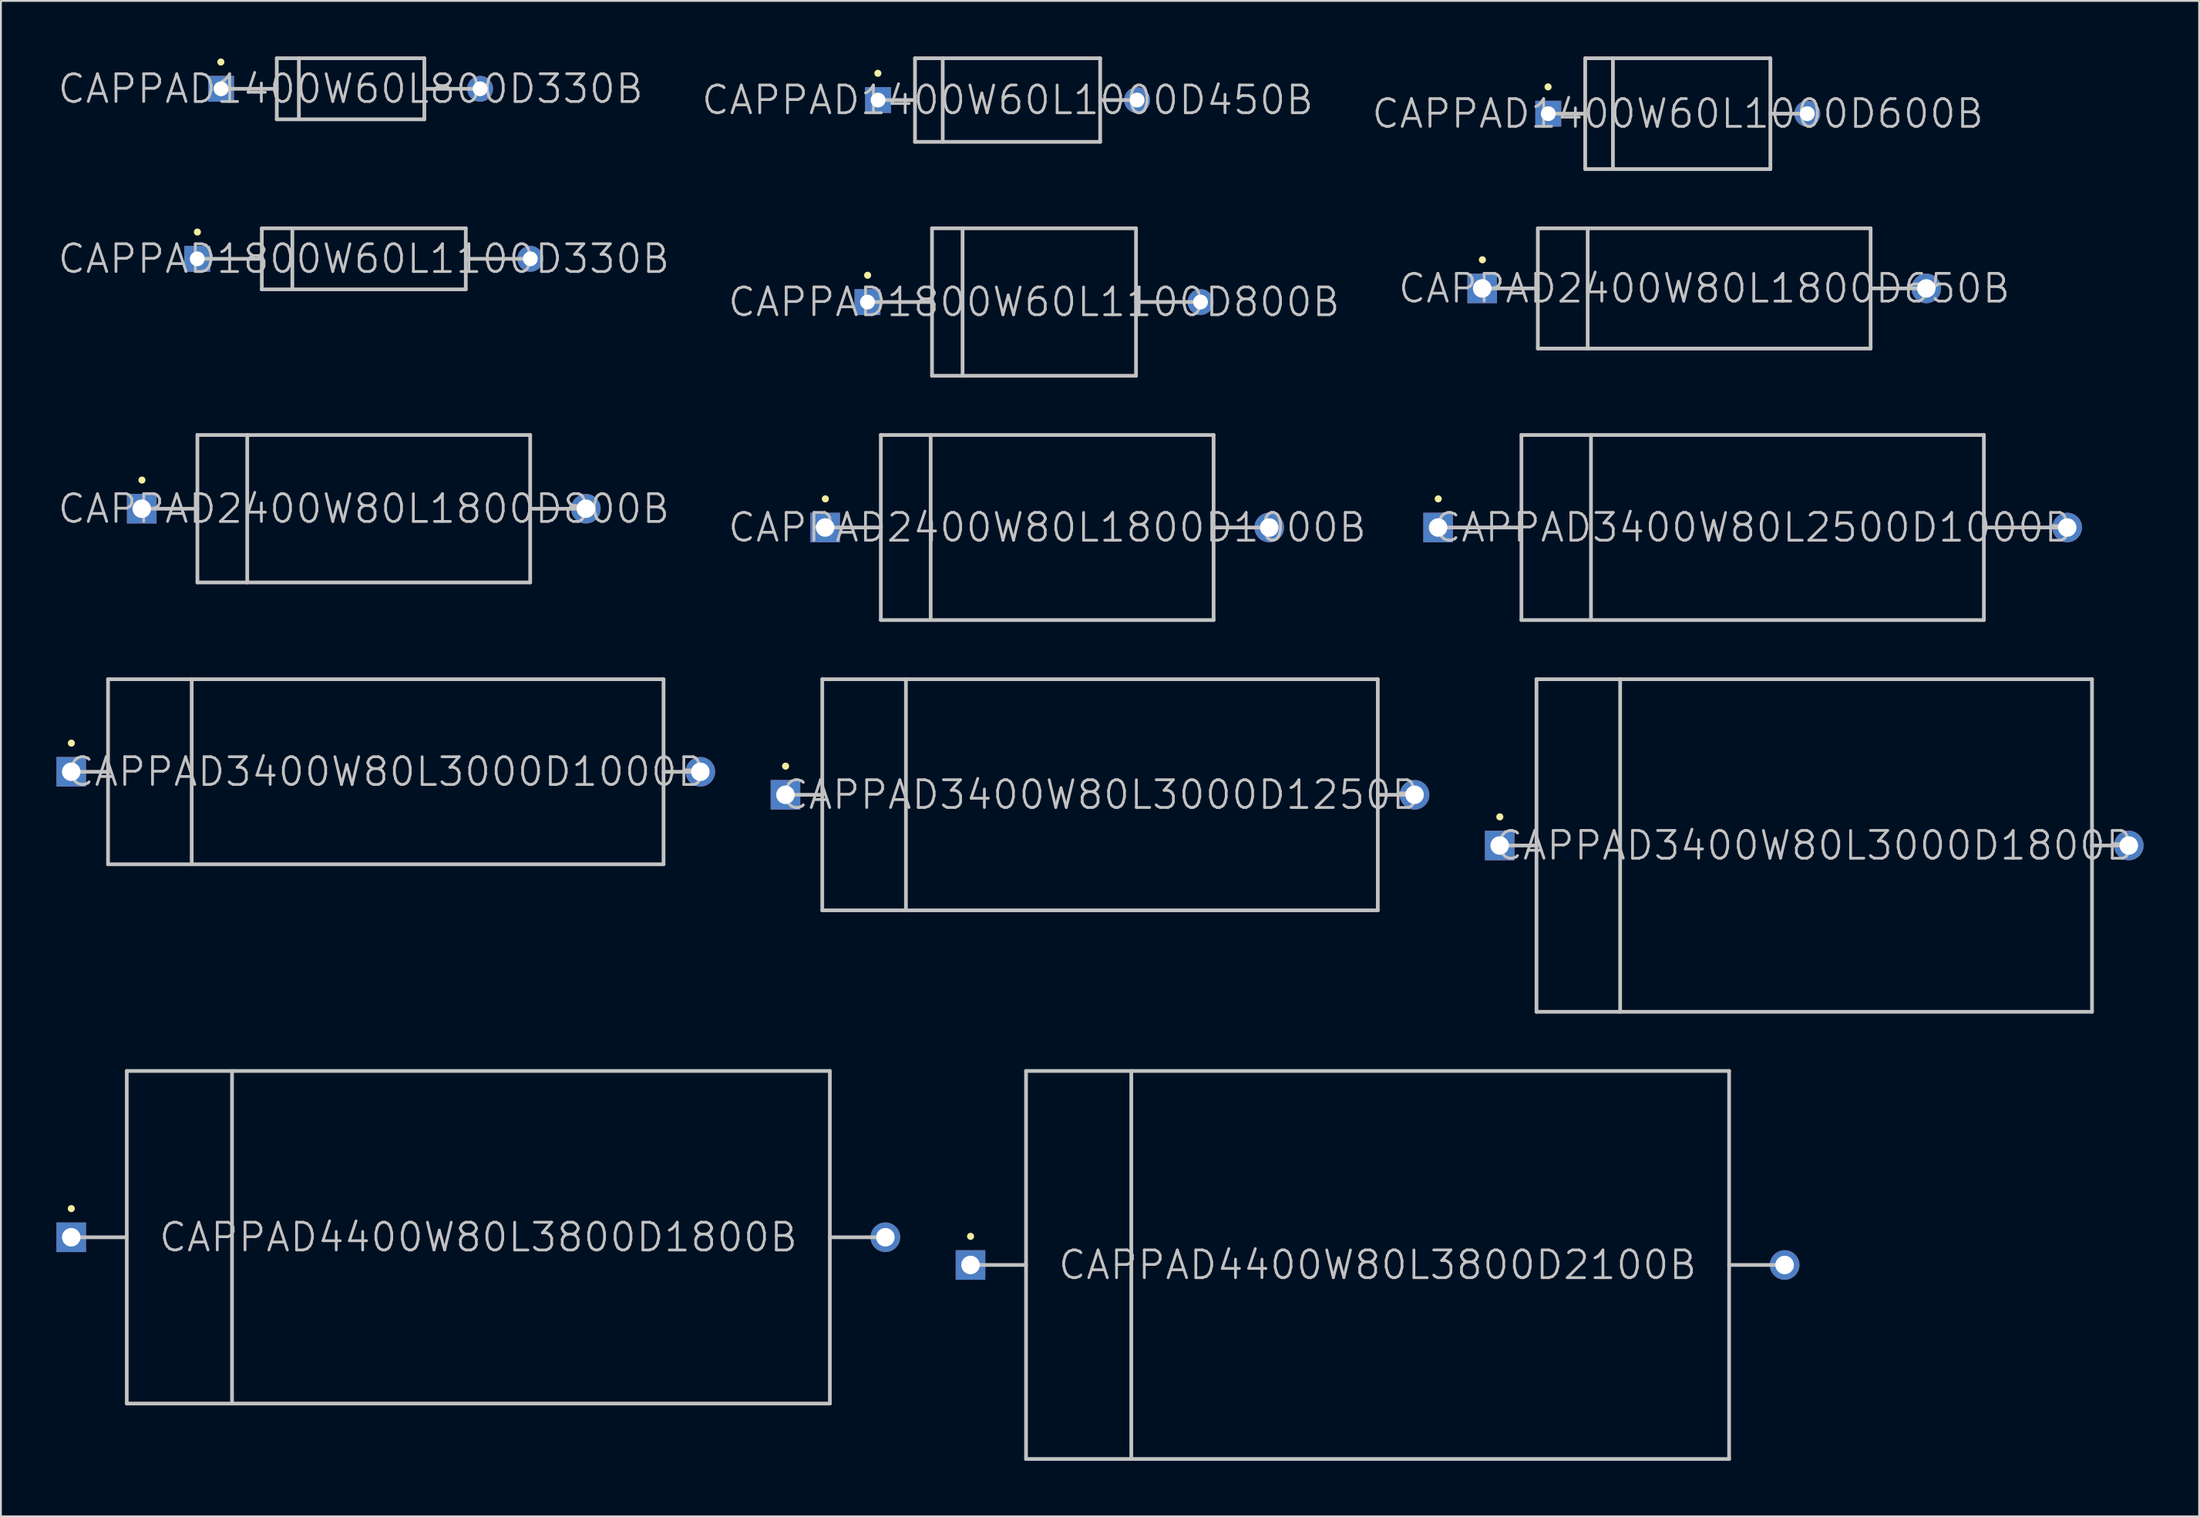
<source format=kicad_pcb>
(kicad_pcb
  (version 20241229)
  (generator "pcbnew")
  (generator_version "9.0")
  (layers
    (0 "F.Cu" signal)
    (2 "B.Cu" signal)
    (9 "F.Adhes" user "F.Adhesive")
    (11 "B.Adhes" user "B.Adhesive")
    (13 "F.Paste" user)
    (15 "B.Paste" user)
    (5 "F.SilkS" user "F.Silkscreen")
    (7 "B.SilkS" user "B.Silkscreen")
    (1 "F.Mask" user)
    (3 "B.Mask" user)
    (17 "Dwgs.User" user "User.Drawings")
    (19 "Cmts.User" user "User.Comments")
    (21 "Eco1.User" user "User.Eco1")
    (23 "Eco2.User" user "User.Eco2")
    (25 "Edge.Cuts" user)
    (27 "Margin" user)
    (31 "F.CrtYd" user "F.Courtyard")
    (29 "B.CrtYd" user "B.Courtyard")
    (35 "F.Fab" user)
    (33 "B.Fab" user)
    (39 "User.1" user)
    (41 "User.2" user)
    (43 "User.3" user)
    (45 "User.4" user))
  (footprint "CAPPAD2400W80L1800D650B"
    (layer "F.Cu")
    (at 89.054 12.546)
    (property "Reference" "CAPPAD2400W80L1800D650B" (at 0 0 0) (layer "Dwgs.User") (effects (font (size 1.5 1.5) (thickness 0.15))))
    (attr through_hole)
    (fp_line (start -11.989 -1.549) (end -11.989 -1.549) (stroke (width 0.381) (type solid)) (layer "F.SilkS"))
    (fp_line (start -11.989 0) (end -8.992 0) (stroke (width 0.2) (type solid)) (layer "Dwgs.User"))
    (fp_line (start -8.992 -3.251) (end -8.992 3.251) (stroke (width 0.2) (type solid)) (layer "Dwgs.User"))
    (fp_line (start -8.992 -3.251) (end 8.992 -3.251) (stroke (width 0.2) (type solid)) (layer "Dwgs.User"))
    (fp_line (start -8.992 3.251) (end 8.992 3.251) (stroke (width 0.2) (type solid)) (layer "Dwgs.User"))
    (fp_line (start -6.299 -3.251) (end -6.299 3.251) (stroke (width 0.2) (type solid)) (layer "Dwgs.User"))
    (fp_line (start 8.992 -3.251) (end 8.992 3.251) (stroke (width 0.2) (type solid)) (layer "Dwgs.User"))
    (fp_line (start 11.989 0) (end 8.992 0) (stroke (width 0.2) (type solid)) (layer "Dwgs.User"))
    (pad "1" thru_hole rect (at -12 0) (size 1.6 1.6) (drill 1) (layers "*.Cu" "*.Mask"))
    (pad "2" thru_hole circle (at 12 0) (size 1.6 1.6) (drill 1) (layers "*.Cu" "*.Mask")))
  (footprint "CAPPAD1400W60L1000D600B"
    (layer "F.Cu")
    (at 87.625 3.097)
    (property "Reference" "CAPPAD1400W60L1000D600B" (at 0 0 0) (layer "Dwgs.User") (effects (font (size 1.5 1.5) (thickness 0.15))))
    (attr through_hole)
    (fp_line (start -7.01 -1.448) (end -7.01 -1.448) (stroke (width 0.381) (type solid)) (layer "F.SilkS"))
    (fp_line (start -7.01 0) (end -5.004 0) (stroke (width 0.2) (type solid)) (layer "Dwgs.User"))
    (fp_line (start -5.004 -2.997) (end -5.004 2.997) (stroke (width 0.2) (type solid)) (layer "Dwgs.User"))
    (fp_line (start -5.004 -2.997) (end 5.004 -2.997) (stroke (width 0.2) (type solid)) (layer "Dwgs.User"))
    (fp_line (start -5.004 2.997) (end 5.004 2.997) (stroke (width 0.2) (type solid)) (layer "Dwgs.User"))
    (fp_line (start -3.505 -2.997) (end -3.505 2.997) (stroke (width 0.2) (type solid)) (layer "Dwgs.User"))
    (fp_line (start 5.004 -2.997) (end 5.004 2.997) (stroke (width 0.2) (type solid)) (layer "Dwgs.User"))
    (fp_line (start 7.01 0) (end 5.004 0) (stroke (width 0.2) (type solid)) (layer "Dwgs.User"))
    (pad "1" thru_hole rect (at -7 0) (size 1.4 1.4) (drill 0.8) (layers "*.Cu" "*.Mask"))
    (pad "2" thru_hole circle (at 7 0) (size 1.4 1.4) (drill 0.8) (layers "*.Cu" "*.Mask")))
  (footprint "CAPPAD3400W80L3000D1250B"
    (layer "F.Cu")
    (at 56.4 39.926)
    (property "Reference" "CAPPAD3400W80L3000D1250B" (at 0 0 0) (layer "Dwgs.User") (effects (font (size 1.5 1.5) (thickness 0.15))))
    (attr through_hole)
    (fp_line (start -16.993 -1.549) (end -16.993 -1.549) (stroke (width 0.381) (type solid)) (layer "F.SilkS"))
    (fp_line (start -16.993 0) (end -15.011 0) (stroke (width 0.2) (type solid)) (layer "Dwgs.User"))
    (fp_line (start -15.011 -6.248) (end -15.011 6.248) (stroke (width 0.2) (type solid)) (layer "Dwgs.User"))
    (fp_line (start -15.011 -6.248) (end 15.011 -6.248) (stroke (width 0.2) (type solid)) (layer "Dwgs.User"))
    (fp_line (start -15.011 6.248) (end 15.011 6.248) (stroke (width 0.2) (type solid)) (layer "Dwgs.User"))
    (fp_line (start -10.49 -6.248) (end -10.49 6.248) (stroke (width 0.2) (type solid)) (layer "Dwgs.User"))
    (fp_line (start 15.011 -6.248) (end 15.011 6.248) (stroke (width 0.2) (type solid)) (layer "Dwgs.User"))
    (fp_line (start 16.993 0) (end 15.011 0) (stroke (width 0.2) (type solid)) (layer "Dwgs.User"))
    (pad "1" thru_hole rect (at -17 0) (size 1.6 1.6) (drill 1) (layers "*.Cu" "*.Mask"))
    (pad "2" thru_hole circle (at 17 0) (size 1.6 1.6) (drill 1) (layers "*.Cu" "*.Mask")))
  (footprint "CAPPAD3400W80L2500D1000B"
    (layer "F.Cu")
    (at 91.671 25.474)
    (property "Reference" "CAPPAD3400W80L2500D1000B" (at 0 0 0) (layer "Dwgs.User") (effects (font (size 1.5 1.5) (thickness 0.15))))
    (attr through_hole)
    (fp_line (start -16.993 -1.549) (end -16.993 -1.549) (stroke (width 0.381) (type solid)) (layer "F.SilkS"))
    (fp_line (start -16.993 0) (end -12.497 0) (stroke (width 0.2) (type solid)) (layer "Dwgs.User"))
    (fp_line (start -12.497 -5.004) (end -12.497 5.004) (stroke (width 0.2) (type solid)) (layer "Dwgs.User"))
    (fp_line (start -12.497 -5.004) (end 12.497 -5.004) (stroke (width 0.2) (type solid)) (layer "Dwgs.User"))
    (fp_line (start -12.497 5.004) (end 12.497 5.004) (stroke (width 0.2) (type solid)) (layer "Dwgs.User"))
    (fp_line (start -8.738 -5.004) (end -8.738 5.004) (stroke (width 0.2) (type solid)) (layer "Dwgs.User"))
    (fp_line (start 12.497 -5.004) (end 12.497 5.004) (stroke (width 0.2) (type solid)) (layer "Dwgs.User"))
    (fp_line (start 16.993 0) (end 12.497 0) (stroke (width 0.2) (type solid)) (layer "Dwgs.User"))
    (pad "1" thru_hole rect (at -17 0) (size 1.6 1.6) (drill 1) (layers "*.Cu" "*.Mask"))
    (pad "2" thru_hole circle (at 17 0) (size 1.6 1.6) (drill 1) (layers "*.Cu" "*.Mask")))
  (footprint "CAPPAD4400W80L3800D1800B"
    (layer "F.Cu")
    (at 22.8 63.852)
    (property "Reference" "CAPPAD4400W80L3800D1800B" (at 0 0 0) (layer "Dwgs.User") (effects (font (size 1.5 1.5) (thickness 0.15))))
    (attr through_hole)
    (fp_line (start -21.996 -1.549) (end -21.996 -1.549) (stroke (width 0.381) (type solid)) (layer "F.SilkS"))
    (fp_line (start -21.996 0) (end -18.999 0) (stroke (width 0.2) (type solid)) (layer "Dwgs.User"))
    (fp_line (start -18.999 -8.992) (end -18.999 8.992) (stroke (width 0.2) (type solid)) (layer "Dwgs.User"))
    (fp_line (start -18.999 -8.992) (end 18.999 -8.992) (stroke (width 0.2) (type solid)) (layer "Dwgs.User"))
    (fp_line (start -18.999 8.992) (end 18.999 8.992) (stroke (width 0.2) (type solid)) (layer "Dwgs.User"))
    (fp_line (start -13.31 -8.992) (end -13.31 8.992) (stroke (width 0.2) (type solid)) (layer "Dwgs.User"))
    (fp_line (start 18.999 -8.992) (end 18.999 8.992) (stroke (width 0.2) (type solid)) (layer "Dwgs.User"))
    (fp_line (start 21.996 0) (end 18.999 0) (stroke (width 0.2) (type solid)) (layer "Dwgs.User"))
    (pad "1" thru_hole rect (at -22 0) (size 1.6 1.6) (drill 1) (layers "*.Cu" "*.Mask"))
    (pad "2" thru_hole circle (at 22 0) (size 1.6 1.6) (drill 1) (layers "*.Cu" "*.Mask")))
  (footprint "CAPPAD2400W80L1800D1000B"
    (layer "F.Cu")
    (at 53.546 25.474)
    (property "Reference" "CAPPAD2400W80L1800D1000B" (at 0 0 0) (layer "Dwgs.User") (effects (font (size 1.5 1.5) (thickness 0.15))))
    (attr through_hole)
    (fp_line (start -11.989 -1.549) (end -11.989 -1.549) (stroke (width 0.381) (type solid)) (layer "F.SilkS"))
    (fp_line (start -11.989 0) (end -8.992 0) (stroke (width 0.2) (type solid)) (layer "Dwgs.User"))
    (fp_line (start -8.992 -5.004) (end -8.992 5.004) (stroke (width 0.2) (type solid)) (layer "Dwgs.User"))
    (fp_line (start -8.992 -5.004) (end 8.992 -5.004) (stroke (width 0.2) (type solid)) (layer "Dwgs.User"))
    (fp_line (start -8.992 5.004) (end 8.992 5.004) (stroke (width 0.2) (type solid)) (layer "Dwgs.User"))
    (fp_line (start -6.299 -5.004) (end -6.299 5.004) (stroke (width 0.2) (type solid)) (layer "Dwgs.User"))
    (fp_line (start 8.992 -5.004) (end 8.992 5.004) (stroke (width 0.2) (type solid)) (layer "Dwgs.User"))
    (fp_line (start 11.989 0) (end 8.992 0) (stroke (width 0.2) (type solid)) (layer "Dwgs.User"))
    (pad "1" thru_hole rect (at -12 0) (size 1.6 1.6) (drill 1) (layers "*.Cu" "*.Mask"))
    (pad "2" thru_hole circle (at 12 0) (size 1.6 1.6) (drill 1) (layers "*.Cu" "*.Mask")))
  (footprint "CAPPAD1400W60L1000D450B"
    (layer "F.Cu")
    (at 51.404 2.361)
    (property "Reference" "CAPPAD1400W60L1000D450B" (at 0 0 0) (layer "Dwgs.User") (effects (font (size 1.5 1.5) (thickness 0.15))))
    (attr through_hole)
    (fp_line (start -7.01 -1.448) (end -7.01 -1.448) (stroke (width 0.381) (type solid)) (layer "F.SilkS"))
    (fp_line (start -7.01 0) (end -5.004 0) (stroke (width 0.2) (type solid)) (layer "Dwgs.User"))
    (fp_line (start -5.004 -2.261) (end -5.004 2.261) (stroke (width 0.2) (type solid)) (layer "Dwgs.User"))
    (fp_line (start -5.004 -2.261) (end 5.004 -2.261) (stroke (width 0.2) (type solid)) (layer "Dwgs.User"))
    (fp_line (start -5.004 2.261) (end 5.004 2.261) (stroke (width 0.2) (type solid)) (layer "Dwgs.User"))
    (fp_line (start -3.505 -2.261) (end -3.505 2.261) (stroke (width 0.2) (type solid)) (layer "Dwgs.User"))
    (fp_line (start 5.004 -2.261) (end 5.004 2.261) (stroke (width 0.2) (type solid)) (layer "Dwgs.User"))
    (fp_line (start 7.01 0) (end 5.004 0) (stroke (width 0.2) (type solid)) (layer "Dwgs.User"))
    (pad "1" thru_hole rect (at -7 0) (size 1.4 1.4) (drill 0.8) (layers "*.Cu" "*.Mask"))
    (pad "2" thru_hole circle (at 7 0) (size 1.4 1.4) (drill 0.8) (layers "*.Cu" "*.Mask")))
  (footprint "CAPPAD1400W60L800D330B"
    (layer "F.Cu")
    (at 15.896 1.751)
    (property "Reference" "CAPPAD1400W60L800D330B" (at 0 0 0) (layer "Dwgs.User") (effects (font (size 1.5 1.5) (thickness 0.15))))
    (attr through_hole)
    (fp_line (start -7.01 -1.448) (end -7.01 -1.448) (stroke (width 0.381) (type solid)) (layer "F.SilkS"))
    (fp_line (start -7.01 0) (end -3.988 0) (stroke (width 0.2) (type solid)) (layer "Dwgs.User"))
    (fp_line (start -3.988 -1.651) (end -3.988 1.651) (stroke (width 0.2) (type solid)) (layer "Dwgs.User"))
    (fp_line (start -3.988 -1.651) (end 3.988 -1.651) (stroke (width 0.2) (type solid)) (layer "Dwgs.User"))
    (fp_line (start -3.988 1.651) (end 3.988 1.651) (stroke (width 0.2) (type solid)) (layer "Dwgs.User"))
    (fp_line (start -2.794 -1.651) (end -2.794 1.651) (stroke (width 0.2) (type solid)) (layer "Dwgs.User"))
    (fp_line (start 3.988 -1.651) (end 3.988 1.651) (stroke (width 0.2) (type solid)) (layer "Dwgs.User"))
    (fp_line (start 7.01 0) (end 3.988 0) (stroke (width 0.2) (type solid)) (layer "Dwgs.User"))
    (pad "1" thru_hole rect (at -7 0) (size 1.4 1.4) (drill 0.8) (layers "*.Cu" "*.Mask"))
    (pad "2" thru_hole circle (at 7 0) (size 1.4 1.4) (drill 0.8) (layers "*.Cu" "*.Mask")))
  (footprint "CAPPAD1800W60L1100D800B"
    (layer "F.Cu")
    (at 52.832 13.282)
    (property "Reference" "CAPPAD1800W60L1100D800B" (at 0 0 0) (layer "Dwgs.User") (effects (font (size 1.5 1.5) (thickness 0.15))))
    (attr through_hole)
    (fp_line (start -8.992 -1.448) (end -8.992 -1.448) (stroke (width 0.381) (type solid)) (layer "F.SilkS"))
    (fp_line (start -8.992 0) (end -5.512 0) (stroke (width 0.2) (type solid)) (layer "Dwgs.User"))
    (fp_line (start -5.512 -3.988) (end -5.512 3.988) (stroke (width 0.2) (type solid)) (layer "Dwgs.User"))
    (fp_line (start -5.512 -3.988) (end 5.512 -3.988) (stroke (width 0.2) (type solid)) (layer "Dwgs.User"))
    (fp_line (start -5.512 3.988) (end 5.512 3.988) (stroke (width 0.2) (type solid)) (layer "Dwgs.User"))
    (fp_line (start -3.861 -3.988) (end -3.861 3.988) (stroke (width 0.2) (type solid)) (layer "Dwgs.User"))
    (fp_line (start 5.512 -3.988) (end 5.512 3.988) (stroke (width 0.2) (type solid)) (layer "Dwgs.User"))
    (fp_line (start 8.992 0) (end 5.512 0) (stroke (width 0.2) (type solid)) (layer "Dwgs.User"))
    (pad "1" thru_hole rect (at -9 0) (size 1.4 1.4) (drill 0.8) (layers "*.Cu" "*.Mask"))
    (pad "2" thru_hole circle (at 9 0) (size 1.4 1.4) (drill 0.8) (layers "*.Cu" "*.Mask")))
  (footprint "CAPPAD2400W80L1800D800B"
    (layer "F.Cu")
    (at 16.611 24.458)
    (property "Reference" "CAPPAD2400W80L1800D800B" (at 0 0 0) (layer "Dwgs.User") (effects (font (size 1.5 1.5) (thickness 0.15))))
    (attr through_hole)
    (fp_line (start -11.989 -1.549) (end -11.989 -1.549) (stroke (width 0.381) (type solid)) (layer "F.SilkS"))
    (fp_line (start -11.989 0) (end -8.992 0) (stroke (width 0.2) (type solid)) (layer "Dwgs.User"))
    (fp_line (start -8.992 -3.988) (end -8.992 3.988) (stroke (width 0.2) (type solid)) (layer "Dwgs.User"))
    (fp_line (start -8.992 -3.988) (end 8.992 -3.988) (stroke (width 0.2) (type solid)) (layer "Dwgs.User"))
    (fp_line (start -8.992 3.988) (end 8.992 3.988) (stroke (width 0.2) (type solid)) (layer "Dwgs.User"))
    (fp_line (start -6.299 -3.988) (end -6.299 3.988) (stroke (width 0.2) (type solid)) (layer "Dwgs.User"))
    (fp_line (start 8.992 -3.988) (end 8.992 3.988) (stroke (width 0.2) (type solid)) (layer "Dwgs.User"))
    (fp_line (start 11.989 0) (end 8.992 0) (stroke (width 0.2) (type solid)) (layer "Dwgs.User"))
    (pad "1" thru_hole rect (at -12 0) (size 1.6 1.6) (drill 1) (layers "*.Cu" "*.Mask"))
    (pad "2" thru_hole circle (at 12 0) (size 1.6 1.6) (drill 1) (layers "*.Cu" "*.Mask")))
  (footprint "CAPPAD4400W80L3800D2100B"
    (layer "F.Cu")
    (at 71.4 65.351)
    (property "Reference" "CAPPAD4400W80L3800D2100B" (at 0 0 0) (layer "Dwgs.User") (effects (font (size 1.5 1.5) (thickness 0.15))))
    (attr through_hole)
    (fp_line (start -21.996 -1.549) (end -21.996 -1.549) (stroke (width 0.381) (type solid)) (layer "F.SilkS"))
    (fp_line (start -21.996 0) (end -18.999 0) (stroke (width 0.2) (type solid)) (layer "Dwgs.User"))
    (fp_line (start -18.999 -10.49) (end -18.999 10.49) (stroke (width 0.2) (type solid)) (layer "Dwgs.User"))
    (fp_line (start -18.999 -10.49) (end 18.999 -10.49) (stroke (width 0.2) (type solid)) (layer "Dwgs.User"))
    (fp_line (start -18.999 10.49) (end 18.999 10.49) (stroke (width 0.2) (type solid)) (layer "Dwgs.User"))
    (fp_line (start -13.31 -10.49) (end -13.31 10.49) (stroke (width 0.2) (type solid)) (layer "Dwgs.User"))
    (fp_line (start 18.999 -10.49) (end 18.999 10.49) (stroke (width 0.2) (type solid)) (layer "Dwgs.User"))
    (fp_line (start 21.996 0) (end 18.999 0) (stroke (width 0.2) (type solid)) (layer "Dwgs.User"))
    (pad "1" thru_hole rect (at -22 0) (size 1.6 1.6) (drill 1) (layers "*.Cu" "*.Mask"))
    (pad "2" thru_hole circle (at 22 0) (size 1.6 1.6) (drill 1) (layers "*.Cu" "*.Mask")))
  (footprint "CAPPAD3400W80L3000D1800B"
    (layer "F.Cu")
    (at 95 42.669)
    (property "Reference" "CAPPAD3400W80L3000D1800B" (at 0 0 0) (layer "Dwgs.User") (effects (font (size 1.5 1.5) (thickness 0.15))))
    (attr through_hole)
    (fp_line (start -16.993 -1.549) (end -16.993 -1.549) (stroke (width 0.381) (type solid)) (layer "F.SilkS"))
    (fp_line (start -16.993 0) (end -15.011 0) (stroke (width 0.2) (type solid)) (layer "Dwgs.User"))
    (fp_line (start -15.011 -8.992) (end -15.011 8.992) (stroke (width 0.2) (type solid)) (layer "Dwgs.User"))
    (fp_line (start -15.011 -8.992) (end 15.011 -8.992) (stroke (width 0.2) (type solid)) (layer "Dwgs.User"))
    (fp_line (start -15.011 8.992) (end 15.011 8.992) (stroke (width 0.2) (type solid)) (layer "Dwgs.User"))
    (fp_line (start -10.49 -8.992) (end -10.49 8.992) (stroke (width 0.2) (type solid)) (layer "Dwgs.User"))
    (fp_line (start 15.011 -8.992) (end 15.011 8.992) (stroke (width 0.2) (type solid)) (layer "Dwgs.User"))
    (fp_line (start 16.993 0) (end 15.011 0) (stroke (width 0.2) (type solid)) (layer "Dwgs.User"))
    (pad "1" thru_hole rect (at -17 0) (size 1.6 1.6) (drill 1) (layers "*.Cu" "*.Mask"))
    (pad "2" thru_hole circle (at 17 0) (size 1.6 1.6) (drill 1) (layers "*.Cu" "*.Mask")))
  (footprint "CAPPAD3400W80L3000D1000B"
    (layer "F.Cu")
    (at 17.8 38.681)
    (property "Reference" "CAPPAD3400W80L3000D1000B" (at 0 0 0) (layer "Dwgs.User") (effects (font (size 1.5 1.5) (thickness 0.15))))
    (attr through_hole)
    (fp_line (start -16.993 -1.549) (end -16.993 -1.549) (stroke (width 0.381) (type solid)) (layer "F.SilkS"))
    (fp_line (start -16.993 0) (end -15.011 0) (stroke (width 0.2) (type solid)) (layer "Dwgs.User"))
    (fp_line (start -15.011 -5.004) (end -15.011 5.004) (stroke (width 0.2) (type solid)) (layer "Dwgs.User"))
    (fp_line (start -15.011 -5.004) (end 15.011 -5.004) (stroke (width 0.2) (type solid)) (layer "Dwgs.User"))
    (fp_line (start -15.011 5.004) (end 15.011 5.004) (stroke (width 0.2) (type solid)) (layer "Dwgs.User"))
    (fp_line (start -10.49 -5.004) (end -10.49 5.004) (stroke (width 0.2) (type solid)) (layer "Dwgs.User"))
    (fp_line (start 15.011 -5.004) (end 15.011 5.004) (stroke (width 0.2) (type solid)) (layer "Dwgs.User"))
    (fp_line (start 16.993 0) (end 15.011 0) (stroke (width 0.2) (type solid)) (layer "Dwgs.User"))
    (pad "1" thru_hole rect (at -17 0) (size 1.6 1.6) (drill 1) (layers "*.Cu" "*.Mask"))
    (pad "2" thru_hole circle (at 17 0) (size 1.6 1.6) (drill 1) (layers "*.Cu" "*.Mask")))
  (footprint "CAPPAD1800W60L1100D330B"
    (layer "F.Cu")
    (at 16.611 10.945)
    (property "Reference" "CAPPAD1800W60L1100D330B" (at 0 0 0) (layer "Dwgs.User") (effects (font (size 1.5 1.5) (thickness 0.15))))
    (attr through_hole)
    (fp_line (start -8.992 -1.448) (end -8.992 -1.448) (stroke (width 0.381) (type solid)) (layer "F.SilkS"))
    (fp_line (start -8.992 0) (end -5.512 0) (stroke (width 0.2) (type solid)) (layer "Dwgs.User"))
    (fp_line (start -5.512 -1.651) (end -5.512 1.651) (stroke (width 0.2) (type solid)) (layer "Dwgs.User"))
    (fp_line (start -5.512 -1.651) (end 5.512 -1.651) (stroke (width 0.2) (type solid)) (layer "Dwgs.User"))
    (fp_line (start -5.512 1.651) (end 5.512 1.651) (stroke (width 0.2) (type solid)) (layer "Dwgs.User"))
    (fp_line (start -3.861 -1.651) (end -3.861 1.651) (stroke (width 0.2) (type solid)) (layer "Dwgs.User"))
    (fp_line (start 5.512 -1.651) (end 5.512 1.651) (stroke (width 0.2) (type solid)) (layer "Dwgs.User"))
    (fp_line (start 8.992 0) (end 5.512 0) (stroke (width 0.2) (type solid)) (layer "Dwgs.User"))
    (pad "1" thru_hole rect (at -9 0) (size 1.4 1.4) (drill 0.8) (layers "*.Cu" "*.Mask"))
    (pad "2" thru_hole circle (at 9 0) (size 1.4 1.4) (drill 0.8) (layers "*.Cu" "*.Mask")))
  (gr_rect
    (start -3 -3)
    (end 115.8 78.941)
    (stroke (width 0.1) (type default))
    (fill no)
    (layer "Edge.Cuts")))
</source>
